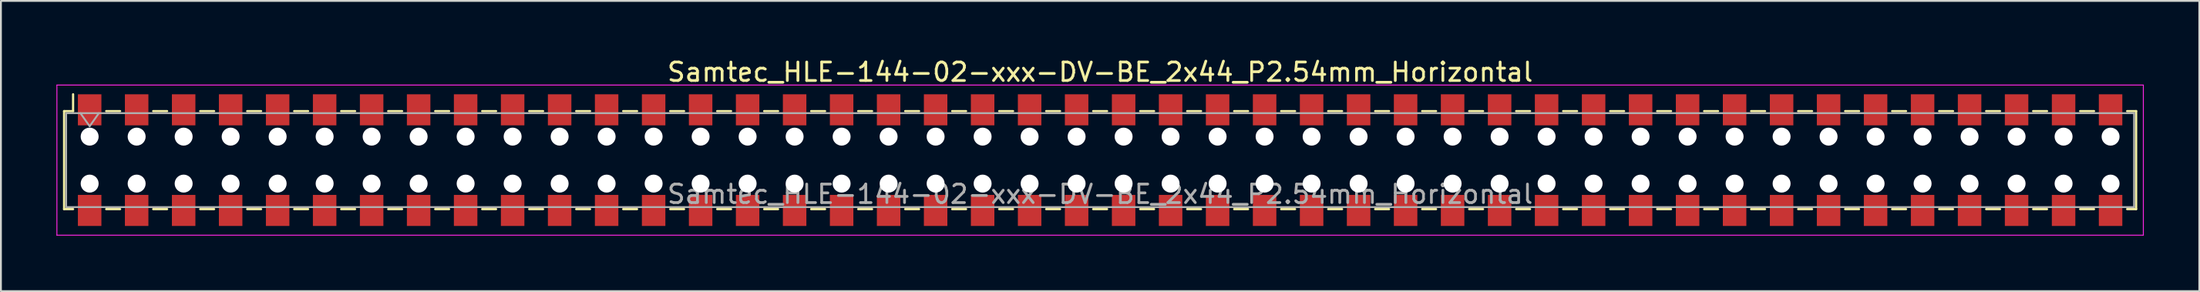
<source format=kicad_pcb>
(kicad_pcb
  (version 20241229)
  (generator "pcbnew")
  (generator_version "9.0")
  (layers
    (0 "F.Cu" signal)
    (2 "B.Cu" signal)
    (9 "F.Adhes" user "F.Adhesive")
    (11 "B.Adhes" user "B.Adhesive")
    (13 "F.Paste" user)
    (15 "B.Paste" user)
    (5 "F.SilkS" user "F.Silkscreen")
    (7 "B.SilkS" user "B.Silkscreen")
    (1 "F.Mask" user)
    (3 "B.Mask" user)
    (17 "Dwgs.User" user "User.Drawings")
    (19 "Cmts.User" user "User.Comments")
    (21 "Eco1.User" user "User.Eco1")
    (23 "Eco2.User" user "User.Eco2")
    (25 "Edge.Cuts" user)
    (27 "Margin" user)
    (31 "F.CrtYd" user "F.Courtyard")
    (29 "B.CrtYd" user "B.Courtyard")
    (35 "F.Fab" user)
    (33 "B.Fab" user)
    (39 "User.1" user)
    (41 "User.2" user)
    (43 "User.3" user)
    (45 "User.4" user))
  (footprint "Samtec_HLE-144-02-xxx-DV-BE_2x44_P2.54mm_Horizontal"
    (layer "F.Cu")
    (at 56.405 5.608)
    (property "Reference" "Samtec_HLE-144-02-xxx-DV-BE_2x44_P2.54mm_Horizontal" (at 0 -4.76 0) (layer "F.SilkS") (effects (font (size 1 1) (thickness 0.15))))
    (attr smd)
    (fp_line (start -55.99 -2.65) (end -55.99 2.65) (stroke (width 0.12) (type solid)) (layer "F.SilkS"))
    (fp_line (start -55.99 2.65) (end -55.505 2.65) (stroke (width 0.12) (type solid)) (layer "F.SilkS"))
    (fp_line (start -55.505 -3.56) (end -55.505 -2.65) (stroke (width 0.12) (type solid)) (layer "F.SilkS"))
    (fp_line (start -55.505 -2.65) (end -55.99 -2.65) (stroke (width 0.12) (type solid)) (layer "F.SilkS"))
    (fp_line (start -53.715 -2.65) (end -52.965 -2.65) (stroke (width 0.12) (type solid)) (layer "F.SilkS"))
    (fp_line (start -53.715 2.65) (end -52.965 2.65) (stroke (width 0.12) (type solid)) (layer "F.SilkS"))
    (fp_line (start -51.175 -2.65) (end -50.425 -2.65) (stroke (width 0.12) (type solid)) (layer "F.SilkS"))
    (fp_line (start -51.175 2.65) (end -50.425 2.65) (stroke (width 0.12) (type solid)) (layer "F.SilkS"))
    (fp_line (start -48.635 -2.65) (end -47.885 -2.65) (stroke (width 0.12) (type solid)) (layer "F.SilkS"))
    (fp_line (start -48.635 2.65) (end -47.885 2.65) (stroke (width 0.12) (type solid)) (layer "F.SilkS"))
    (fp_line (start -46.095 -2.65) (end -45.345 -2.65) (stroke (width 0.12) (type solid)) (layer "F.SilkS"))
    (fp_line (start -46.095 2.65) (end -45.345 2.65) (stroke (width 0.12) (type solid)) (layer "F.SilkS"))
    (fp_line (start -43.555 -2.65) (end -42.805 -2.65) (stroke (width 0.12) (type solid)) (layer "F.SilkS"))
    (fp_line (start -43.555 2.65) (end -42.805 2.65) (stroke (width 0.12) (type solid)) (layer "F.SilkS"))
    (fp_line (start -41.015 -2.65) (end -40.265 -2.65) (stroke (width 0.12) (type solid)) (layer "F.SilkS"))
    (fp_line (start -41.015 2.65) (end -40.265 2.65) (stroke (width 0.12) (type solid)) (layer "F.SilkS"))
    (fp_line (start -38.475 -2.65) (end -37.725 -2.65) (stroke (width 0.12) (type solid)) (layer "F.SilkS"))
    (fp_line (start -38.475 2.65) (end -37.725 2.65) (stroke (width 0.12) (type solid)) (layer "F.SilkS"))
    (fp_line (start -35.935 -2.65) (end -35.185 -2.65) (stroke (width 0.12) (type solid)) (layer "F.SilkS"))
    (fp_line (start -35.935 2.65) (end -35.185 2.65) (stroke (width 0.12) (type solid)) (layer "F.SilkS"))
    (fp_line (start -33.395 -2.65) (end -32.645 -2.65) (stroke (width 0.12) (type solid)) (layer "F.SilkS"))
    (fp_line (start -33.395 2.65) (end -32.645 2.65) (stroke (width 0.12) (type solid)) (layer "F.SilkS"))
    (fp_line (start -30.855 -2.65) (end -30.105 -2.65) (stroke (width 0.12) (type solid)) (layer "F.SilkS"))
    (fp_line (start -30.855 2.65) (end -30.105 2.65) (stroke (width 0.12) (type solid)) (layer "F.SilkS"))
    (fp_line (start -28.315 -2.65) (end -27.565 -2.65) (stroke (width 0.12) (type solid)) (layer "F.SilkS"))
    (fp_line (start -28.315 2.65) (end -27.565 2.65) (stroke (width 0.12) (type solid)) (layer "F.SilkS"))
    (fp_line (start -25.775 -2.65) (end -25.025 -2.65) (stroke (width 0.12) (type solid)) (layer "F.SilkS"))
    (fp_line (start -25.775 2.65) (end -25.025 2.65) (stroke (width 0.12) (type solid)) (layer "F.SilkS"))
    (fp_line (start -23.235 -2.65) (end -22.485 -2.65) (stroke (width 0.12) (type solid)) (layer "F.SilkS"))
    (fp_line (start -23.235 2.65) (end -22.485 2.65) (stroke (width 0.12) (type solid)) (layer "F.SilkS"))
    (fp_line (start -20.695 -2.65) (end -19.945 -2.65) (stroke (width 0.12) (type solid)) (layer "F.SilkS"))
    (fp_line (start -20.695 2.65) (end -19.945 2.65) (stroke (width 0.12) (type solid)) (layer "F.SilkS"))
    (fp_line (start -18.155 -2.65) (end -17.405 -2.65) (stroke (width 0.12) (type solid)) (layer "F.SilkS"))
    (fp_line (start -18.155 2.65) (end -17.405 2.65) (stroke (width 0.12) (type solid)) (layer "F.SilkS"))
    (fp_line (start -15.615 -2.65) (end -14.865 -2.65) (stroke (width 0.12) (type solid)) (layer "F.SilkS"))
    (fp_line (start -15.615 2.65) (end -14.865 2.65) (stroke (width 0.12) (type solid)) (layer "F.SilkS"))
    (fp_line (start -13.075 -2.65) (end -12.325 -2.65) (stroke (width 0.12) (type solid)) (layer "F.SilkS"))
    (fp_line (start -13.075 2.65) (end -12.325 2.65) (stroke (width 0.12) (type solid)) (layer "F.SilkS"))
    (fp_line (start -10.535 -2.65) (end -9.785 -2.65) (stroke (width 0.12) (type solid)) (layer "F.SilkS"))
    (fp_line (start -10.535 2.65) (end -9.785 2.65) (stroke (width 0.12) (type solid)) (layer "F.SilkS"))
    (fp_line (start -7.995 -2.65) (end -7.245 -2.65) (stroke (width 0.12) (type solid)) (layer "F.SilkS"))
    (fp_line (start -7.995 2.65) (end -7.245 2.65) (stroke (width 0.12) (type solid)) (layer "F.SilkS"))
    (fp_line (start -5.455 -2.65) (end -4.705 -2.65) (stroke (width 0.12) (type solid)) (layer "F.SilkS"))
    (fp_line (start -5.455 2.65) (end -4.705 2.65) (stroke (width 0.12) (type solid)) (layer "F.SilkS"))
    (fp_line (start -2.915 -2.65) (end -2.165 -2.65) (stroke (width 0.12) (type solid)) (layer "F.SilkS"))
    (fp_line (start -2.915 2.65) (end -2.165 2.65) (stroke (width 0.12) (type solid)) (layer "F.SilkS"))
    (fp_line (start -0.375 -2.65) (end 0.375 -2.65) (stroke (width 0.12) (type solid)) (layer "F.SilkS"))
    (fp_line (start -0.375 2.65) (end 0.375 2.65) (stroke (width 0.12) (type solid)) (layer "F.SilkS"))
    (fp_line (start 2.165 -2.65) (end 2.915 -2.65) (stroke (width 0.12) (type solid)) (layer "F.SilkS"))
    (fp_line (start 2.165 2.65) (end 2.915 2.65) (stroke (width 0.12) (type solid)) (layer "F.SilkS"))
    (fp_line (start 4.705 -2.65) (end 5.455 -2.65) (stroke (width 0.12) (type solid)) (layer "F.SilkS"))
    (fp_line (start 4.705 2.65) (end 5.455 2.65) (stroke (width 0.12) (type solid)) (layer "F.SilkS"))
    (fp_line (start 7.245 -2.65) (end 7.995 -2.65) (stroke (width 0.12) (type solid)) (layer "F.SilkS"))
    (fp_line (start 7.245 2.65) (end 7.995 2.65) (stroke (width 0.12) (type solid)) (layer "F.SilkS"))
    (fp_line (start 9.785 -2.65) (end 10.535 -2.65) (stroke (width 0.12) (type solid)) (layer "F.SilkS"))
    (fp_line (start 9.785 2.65) (end 10.535 2.65) (stroke (width 0.12) (type solid)) (layer "F.SilkS"))
    (fp_line (start 12.325 -2.65) (end 13.075 -2.65) (stroke (width 0.12) (type solid)) (layer "F.SilkS"))
    (fp_line (start 12.325 2.65) (end 13.075 2.65) (stroke (width 0.12) (type solid)) (layer "F.SilkS"))
    (fp_line (start 14.865 -2.65) (end 15.615 -2.65) (stroke (width 0.12) (type solid)) (layer "F.SilkS"))
    (fp_line (start 14.865 2.65) (end 15.615 2.65) (stroke (width 0.12) (type solid)) (layer "F.SilkS"))
    (fp_line (start 17.405 -2.65) (end 18.155 -2.65) (stroke (width 0.12) (type solid)) (layer "F.SilkS"))
    (fp_line (start 17.405 2.65) (end 18.155 2.65) (stroke (width 0.12) (type solid)) (layer "F.SilkS"))
    (fp_line (start 19.945 -2.65) (end 20.695 -2.65) (stroke (width 0.12) (type solid)) (layer "F.SilkS"))
    (fp_line (start 19.945 2.65) (end 20.695 2.65) (stroke (width 0.12) (type solid)) (layer "F.SilkS"))
    (fp_line (start 22.485 -2.65) (end 23.235 -2.65) (stroke (width 0.12) (type solid)) (layer "F.SilkS"))
    (fp_line (start 22.485 2.65) (end 23.235 2.65) (stroke (width 0.12) (type solid)) (layer "F.SilkS"))
    (fp_line (start 25.025 -2.65) (end 25.775 -2.65) (stroke (width 0.12) (type solid)) (layer "F.SilkS"))
    (fp_line (start 25.025 2.65) (end 25.775 2.65) (stroke (width 0.12) (type solid)) (layer "F.SilkS"))
    (fp_line (start 27.565 -2.65) (end 28.315 -2.65) (stroke (width 0.12) (type solid)) (layer "F.SilkS"))
    (fp_line (start 27.565 2.65) (end 28.315 2.65) (stroke (width 0.12) (type solid)) (layer "F.SilkS"))
    (fp_line (start 30.105 -2.65) (end 30.855 -2.65) (stroke (width 0.12) (type solid)) (layer "F.SilkS"))
    (fp_line (start 30.105 2.65) (end 30.855 2.65) (stroke (width 0.12) (type solid)) (layer "F.SilkS"))
    (fp_line (start 32.645 -2.65) (end 33.395 -2.65) (stroke (width 0.12) (type solid)) (layer "F.SilkS"))
    (fp_line (start 32.645 2.65) (end 33.395 2.65) (stroke (width 0.12) (type solid)) (layer "F.SilkS"))
    (fp_line (start 35.185 -2.65) (end 35.935 -2.65) (stroke (width 0.12) (type solid)) (layer "F.SilkS"))
    (fp_line (start 35.185 2.65) (end 35.935 2.65) (stroke (width 0.12) (type solid)) (layer "F.SilkS"))
    (fp_line (start 37.725 -2.65) (end 38.475 -2.65) (stroke (width 0.12) (type solid)) (layer "F.SilkS"))
    (fp_line (start 37.725 2.65) (end 38.475 2.65) (stroke (width 0.12) (type solid)) (layer "F.SilkS"))
    (fp_line (start 40.265 -2.65) (end 41.015 -2.65) (stroke (width 0.12) (type solid)) (layer "F.SilkS"))
    (fp_line (start 40.265 2.65) (end 41.015 2.65) (stroke (width 0.12) (type solid)) (layer "F.SilkS"))
    (fp_line (start 42.805 -2.65) (end 43.555 -2.65) (stroke (width 0.12) (type solid)) (layer "F.SilkS"))
    (fp_line (start 42.805 2.65) (end 43.555 2.65) (stroke (width 0.12) (type solid)) (layer "F.SilkS"))
    (fp_line (start 45.345 -2.65) (end 46.095 -2.65) (stroke (width 0.12) (type solid)) (layer "F.SilkS"))
    (fp_line (start 45.345 2.65) (end 46.095 2.65) (stroke (width 0.12) (type solid)) (layer "F.SilkS"))
    (fp_line (start 47.885 -2.65) (end 48.635 -2.65) (stroke (width 0.12) (type solid)) (layer "F.SilkS"))
    (fp_line (start 47.885 2.65) (end 48.635 2.65) (stroke (width 0.12) (type solid)) (layer "F.SilkS"))
    (fp_line (start 50.425 -2.65) (end 51.175 -2.65) (stroke (width 0.12) (type solid)) (layer "F.SilkS"))
    (fp_line (start 50.425 2.65) (end 51.175 2.65) (stroke (width 0.12) (type solid)) (layer "F.SilkS"))
    (fp_line (start 52.965 -2.65) (end 53.715 -2.65) (stroke (width 0.12) (type solid)) (layer "F.SilkS"))
    (fp_line (start 52.965 2.65) (end 53.715 2.65) (stroke (width 0.12) (type solid)) (layer "F.SilkS"))
    (fp_line (start 55.505 -2.65) (end 55.99 -2.65) (stroke (width 0.12) (type solid)) (layer "F.SilkS"))
    (fp_line (start 55.99 -2.65) (end 55.99 2.65) (stroke (width 0.12) (type solid)) (layer "F.SilkS"))
    (fp_line (start 55.99 2.65) (end 55.505 2.65) (stroke (width 0.12) (type solid)) (layer "F.SilkS"))
    (fp_line (start -56.38 -4.06) (end 56.38 -4.06) (stroke (width 0.05) (type solid)) (layer "F.CrtYd"))
    (fp_line (start -56.38 4.06) (end -56.38 -4.06) (stroke (width 0.05) (type solid)) (layer "F.CrtYd"))
    (fp_line (start 56.38 -4.06) (end 56.38 4.06) (stroke (width 0.05) (type solid)) (layer "F.CrtYd"))
    (fp_line (start 56.38 4.06) (end -56.38 4.06) (stroke (width 0.05) (type solid)) (layer "F.CrtYd"))
    (fp_line (start -55.88 -2.54) (end 55.88 -2.54) (stroke (width 0.1) (type solid)) (layer "F.Fab"))
    (fp_line (start -55.88 2.54) (end -55.88 -2.54) (stroke (width 0.1) (type solid)) (layer "F.Fab"))
    (fp_line (start -55.11 -2.54) (end -54.61 -1.833) (stroke (width 0.1) (type solid)) (layer "F.Fab"))
    (fp_line (start -54.61 -1.833) (end -54.11 -2.54) (stroke (width 0.1) (type solid)) (layer "F.Fab"))
    (fp_line (start 55.88 -2.54) (end 55.88 2.54) (stroke (width 0.1) (type solid)) (layer "F.Fab"))
    (fp_line (start 55.88 2.54) (end -55.88 2.54) (stroke (width 0.1) (type solid)) (layer "F.Fab"))
    (fp_text user "${REFERENCE}" (at 0 1.84 0) (layer "F.Fab") (effects (font (size 1 1) (thickness 0.15))))
    (pad "" np_thru_hole circle (at -54.61 -1.27) (size 0.97 0.97) (drill 0.97) (layers "*.Cu" "*.Mask"))
    (pad "" np_thru_hole circle (at -54.61 1.27) (size 0.97 0.97) (drill 0.97) (layers "*.Cu" "*.Mask"))
    (pad "" np_thru_hole circle (at -52.07 -1.27) (size 0.97 0.97) (drill 0.97) (layers "*.Cu" "*.Mask"))
    (pad "" np_thru_hole circle (at -52.07 1.27) (size 0.97 0.97) (drill 0.97) (layers "*.Cu" "*.Mask"))
    (pad "" np_thru_hole circle (at -49.53 -1.27) (size 0.97 0.97) (drill 0.97) (layers "*.Cu" "*.Mask"))
    (pad "" np_thru_hole circle (at -49.53 1.27) (size 0.97 0.97) (drill 0.97) (layers "*.Cu" "*.Mask"))
    (pad "" np_thru_hole circle (at -46.99 -1.27) (size 0.97 0.97) (drill 0.97) (layers "*.Cu" "*.Mask"))
    (pad "" np_thru_hole circle (at -46.99 1.27) (size 0.97 0.97) (drill 0.97) (layers "*.Cu" "*.Mask"))
    (pad "" np_thru_hole circle (at -44.45 -1.27) (size 0.97 0.97) (drill 0.97) (layers "*.Cu" "*.Mask"))
    (pad "" np_thru_hole circle (at -44.45 1.27) (size 0.97 0.97) (drill 0.97) (layers "*.Cu" "*.Mask"))
    (pad "" np_thru_hole circle (at -41.91 -1.27) (size 0.97 0.97) (drill 0.97) (layers "*.Cu" "*.Mask"))
    (pad "" np_thru_hole circle (at -41.91 1.27) (size 0.97 0.97) (drill 0.97) (layers "*.Cu" "*.Mask"))
    (pad "" np_thru_hole circle (at -39.37 -1.27) (size 0.97 0.97) (drill 0.97) (layers "*.Cu" "*.Mask"))
    (pad "" np_thru_hole circle (at -39.37 1.27) (size 0.97 0.97) (drill 0.97) (layers "*.Cu" "*.Mask"))
    (pad "" np_thru_hole circle (at -36.83 -1.27) (size 0.97 0.97) (drill 0.97) (layers "*.Cu" "*.Mask"))
    (pad "" np_thru_hole circle (at -36.83 1.27) (size 0.97 0.97) (drill 0.97) (layers "*.Cu" "*.Mask"))
    (pad "" np_thru_hole circle (at -34.29 -1.27) (size 0.97 0.97) (drill 0.97) (layers "*.Cu" "*.Mask"))
    (pad "" np_thru_hole circle (at -34.29 1.27) (size 0.97 0.97) (drill 0.97) (layers "*.Cu" "*.Mask"))
    (pad "" np_thru_hole circle (at -31.75 -1.27) (size 0.97 0.97) (drill 0.97) (layers "*.Cu" "*.Mask"))
    (pad "" np_thru_hole circle (at -31.75 1.27) (size 0.97 0.97) (drill 0.97) (layers "*.Cu" "*.Mask"))
    (pad "" np_thru_hole circle (at -29.21 -1.27) (size 0.97 0.97) (drill 0.97) (layers "*.Cu" "*.Mask"))
    (pad "" np_thru_hole circle (at -29.21 1.27) (size 0.97 0.97) (drill 0.97) (layers "*.Cu" "*.Mask"))
    (pad "" np_thru_hole circle (at -26.67 -1.27) (size 0.97 0.97) (drill 0.97) (layers "*.Cu" "*.Mask"))
    (pad "" np_thru_hole circle (at -26.67 1.27) (size 0.97 0.97) (drill 0.97) (layers "*.Cu" "*.Mask"))
    (pad "" np_thru_hole circle (at -24.13 -1.27) (size 0.97 0.97) (drill 0.97) (layers "*.Cu" "*.Mask"))
    (pad "" np_thru_hole circle (at -24.13 1.27) (size 0.97 0.97) (drill 0.97) (layers "*.Cu" "*.Mask"))
    (pad "" np_thru_hole circle (at -21.59 -1.27) (size 0.97 0.97) (drill 0.97) (layers "*.Cu" "*.Mask"))
    (pad "" np_thru_hole circle (at -21.59 1.27) (size 0.97 0.97) (drill 0.97) (layers "*.Cu" "*.Mask"))
    (pad "" np_thru_hole circle (at -19.05 -1.27) (size 0.97 0.97) (drill 0.97) (layers "*.Cu" "*.Mask"))
    (pad "" np_thru_hole circle (at -19.05 1.27) (size 0.97 0.97) (drill 0.97) (layers "*.Cu" "*.Mask"))
    (pad "" np_thru_hole circle (at -16.51 -1.27) (size 0.97 0.97) (drill 0.97) (layers "*.Cu" "*.Mask"))
    (pad "" np_thru_hole circle (at -16.51 1.27) (size 0.97 0.97) (drill 0.97) (layers "*.Cu" "*.Mask"))
    (pad "" np_thru_hole circle (at -13.97 -1.27) (size 0.97 0.97) (drill 0.97) (layers "*.Cu" "*.Mask"))
    (pad "" np_thru_hole circle (at -13.97 1.27) (size 0.97 0.97) (drill 0.97) (layers "*.Cu" "*.Mask"))
    (pad "" np_thru_hole circle (at -11.43 -1.27) (size 0.97 0.97) (drill 0.97) (layers "*.Cu" "*.Mask"))
    (pad "" np_thru_hole circle (at -11.43 1.27) (size 0.97 0.97) (drill 0.97) (layers "*.Cu" "*.Mask"))
    (pad "" np_thru_hole circle (at -8.89 -1.27) (size 0.97 0.97) (drill 0.97) (layers "*.Cu" "*.Mask"))
    (pad "" np_thru_hole circle (at -8.89 1.27) (size 0.97 0.97) (drill 0.97) (layers "*.Cu" "*.Mask"))
    (pad "" np_thru_hole circle (at -6.35 -1.27) (size 0.97 0.97) (drill 0.97) (layers "*.Cu" "*.Mask"))
    (pad "" np_thru_hole circle (at -6.35 1.27) (size 0.97 0.97) (drill 0.97) (layers "*.Cu" "*.Mask"))
    (pad "" np_thru_hole circle (at -3.81 -1.27) (size 0.97 0.97) (drill 0.97) (layers "*.Cu" "*.Mask"))
    (pad "" np_thru_hole circle (at -3.81 1.27) (size 0.97 0.97) (drill 0.97) (layers "*.Cu" "*.Mask"))
    (pad "" np_thru_hole circle (at -1.27 -1.27) (size 0.97 0.97) (drill 0.97) (layers "*.Cu" "*.Mask"))
    (pad "" np_thru_hole circle (at -1.27 1.27) (size 0.97 0.97) (drill 0.97) (layers "*.Cu" "*.Mask"))
    (pad "" np_thru_hole circle (at 1.27 -1.27) (size 0.97 0.97) (drill 0.97) (layers "*.Cu" "*.Mask"))
    (pad "" np_thru_hole circle (at 1.27 1.27) (size 0.97 0.97) (drill 0.97) (layers "*.Cu" "*.Mask"))
    (pad "" np_thru_hole circle (at 3.81 -1.27) (size 0.97 0.97) (drill 0.97) (layers "*.Cu" "*.Mask"))
    (pad "" np_thru_hole circle (at 3.81 1.27) (size 0.97 0.97) (drill 0.97) (layers "*.Cu" "*.Mask"))
    (pad "" np_thru_hole circle (at 6.35 -1.27) (size 0.97 0.97) (drill 0.97) (layers "*.Cu" "*.Mask"))
    (pad "" np_thru_hole circle (at 6.35 1.27) (size 0.97 0.97) (drill 0.97) (layers "*.Cu" "*.Mask"))
    (pad "" np_thru_hole circle (at 8.89 -1.27) (size 0.97 0.97) (drill 0.97) (layers "*.Cu" "*.Mask"))
    (pad "" np_thru_hole circle (at 8.89 1.27) (size 0.97 0.97) (drill 0.97) (layers "*.Cu" "*.Mask"))
    (pad "" np_thru_hole circle (at 11.43 -1.27) (size 0.97 0.97) (drill 0.97) (layers "*.Cu" "*.Mask"))
    (pad "" np_thru_hole circle (at 11.43 1.27) (size 0.97 0.97) (drill 0.97) (layers "*.Cu" "*.Mask"))
    (pad "" np_thru_hole circle (at 13.97 -1.27) (size 0.97 0.97) (drill 0.97) (layers "*.Cu" "*.Mask"))
    (pad "" np_thru_hole circle (at 13.97 1.27) (size 0.97 0.97) (drill 0.97) (layers "*.Cu" "*.Mask"))
    (pad "" np_thru_hole circle (at 16.51 -1.27) (size 0.97 0.97) (drill 0.97) (layers "*.Cu" "*.Mask"))
    (pad "" np_thru_hole circle (at 16.51 1.27) (size 0.97 0.97) (drill 0.97) (layers "*.Cu" "*.Mask"))
    (pad "" np_thru_hole circle (at 19.05 -1.27) (size 0.97 0.97) (drill 0.97) (layers "*.Cu" "*.Mask"))
    (pad "" np_thru_hole circle (at 19.05 1.27) (size 0.97 0.97) (drill 0.97) (layers "*.Cu" "*.Mask"))
    (pad "" np_thru_hole circle (at 21.59 -1.27) (size 0.97 0.97) (drill 0.97) (layers "*.Cu" "*.Mask"))
    (pad "" np_thru_hole circle (at 21.59 1.27) (size 0.97 0.97) (drill 0.97) (layers "*.Cu" "*.Mask"))
    (pad "" np_thru_hole circle (at 24.13 -1.27) (size 0.97 0.97) (drill 0.97) (layers "*.Cu" "*.Mask"))
    (pad "" np_thru_hole circle (at 24.13 1.27) (size 0.97 0.97) (drill 0.97) (layers "*.Cu" "*.Mask"))
    (pad "" np_thru_hole circle (at 26.67 -1.27) (size 0.97 0.97) (drill 0.97) (layers "*.Cu" "*.Mask"))
    (pad "" np_thru_hole circle (at 26.67 1.27) (size 0.97 0.97) (drill 0.97) (layers "*.Cu" "*.Mask"))
    (pad "" np_thru_hole circle (at 29.21 -1.27) (size 0.97 0.97) (drill 0.97) (layers "*.Cu" "*.Mask"))
    (pad "" np_thru_hole circle (at 29.21 1.27) (size 0.97 0.97) (drill 0.97) (layers "*.Cu" "*.Mask"))
    (pad "" np_thru_hole circle (at 31.75 -1.27) (size 0.97 0.97) (drill 0.97) (layers "*.Cu" "*.Mask"))
    (pad "" np_thru_hole circle (at 31.75 1.27) (size 0.97 0.97) (drill 0.97) (layers "*.Cu" "*.Mask"))
    (pad "" np_thru_hole circle (at 34.29 -1.27) (size 0.97 0.97) (drill 0.97) (layers "*.Cu" "*.Mask"))
    (pad "" np_thru_hole circle (at 34.29 1.27) (size 0.97 0.97) (drill 0.97) (layers "*.Cu" "*.Mask"))
    (pad "" np_thru_hole circle (at 36.83 -1.27) (size 0.97 0.97) (drill 0.97) (layers "*.Cu" "*.Mask"))
    (pad "" np_thru_hole circle (at 36.83 1.27) (size 0.97 0.97) (drill 0.97) (layers "*.Cu" "*.Mask"))
    (pad "" np_thru_hole circle (at 39.37 -1.27) (size 0.97 0.97) (drill 0.97) (layers "*.Cu" "*.Mask"))
    (pad "" np_thru_hole circle (at 39.37 1.27) (size 0.97 0.97) (drill 0.97) (layers "*.Cu" "*.Mask"))
    (pad "" np_thru_hole circle (at 41.91 -1.27) (size 0.97 0.97) (drill 0.97) (layers "*.Cu" "*.Mask"))
    (pad "" np_thru_hole circle (at 41.91 1.27) (size 0.97 0.97) (drill 0.97) (layers "*.Cu" "*.Mask"))
    (pad "" np_thru_hole circle (at 44.45 -1.27) (size 0.97 0.97) (drill 0.97) (layers "*.Cu" "*.Mask"))
    (pad "" np_thru_hole circle (at 44.45 1.27) (size 0.97 0.97) (drill 0.97) (layers "*.Cu" "*.Mask"))
    (pad "" np_thru_hole circle (at 46.99 -1.27) (size 0.97 0.97) (drill 0.97) (layers "*.Cu" "*.Mask"))
    (pad "" np_thru_hole circle (at 46.99 1.27) (size 0.97 0.97) (drill 0.97) (layers "*.Cu" "*.Mask"))
    (pad "" np_thru_hole circle (at 49.53 -1.27) (size 0.97 0.97) (drill 0.97) (layers "*.Cu" "*.Mask"))
    (pad "" np_thru_hole circle (at 49.53 1.27) (size 0.97 0.97) (drill 0.97) (layers "*.Cu" "*.Mask"))
    (pad "" np_thru_hole circle (at 52.07 -1.27) (size 0.97 0.97) (drill 0.97) (layers "*.Cu" "*.Mask"))
    (pad "" np_thru_hole circle (at 52.07 1.27) (size 0.97 0.97) (drill 0.97) (layers "*.Cu" "*.Mask"))
    (pad "" np_thru_hole circle (at 54.61 -1.27) (size 0.97 0.97) (drill 0.97) (layers "*.Cu" "*.Mask"))
    (pad "" np_thru_hole circle (at 54.61 1.27) (size 0.97 0.97) (drill 0.97) (layers "*.Cu" "*.Mask"))
    (pad "1" smd rect (at -54.61 -2.72) (size 1.27 1.68) (layers "F.Cu" "F.Mask" "F.Paste"))
    (pad "2" smd rect (at -54.61 2.72) (size 1.27 1.68) (layers "F.Cu" "F.Mask" "F.Paste"))
    (pad "3" smd rect (at -52.07 -2.72) (size 1.27 1.68) (layers "F.Cu" "F.Mask" "F.Paste"))
    (pad "4" smd rect (at -52.07 2.72) (size 1.27 1.68) (layers "F.Cu" "F.Mask" "F.Paste"))
    (pad "5" smd rect (at -49.53 -2.72) (size 1.27 1.68) (layers "F.Cu" "F.Mask" "F.Paste"))
    (pad "6" smd rect (at -49.53 2.72) (size 1.27 1.68) (layers "F.Cu" "F.Mask" "F.Paste"))
    (pad "7" smd rect (at -46.99 -2.72) (size 1.27 1.68) (layers "F.Cu" "F.Mask" "F.Paste"))
    (pad "8" smd rect (at -46.99 2.72) (size 1.27 1.68) (layers "F.Cu" "F.Mask" "F.Paste"))
    (pad "9" smd rect (at -44.45 -2.72) (size 1.27 1.68) (layers "F.Cu" "F.Mask" "F.Paste"))
    (pad "10" smd rect (at -44.45 2.72) (size 1.27 1.68) (layers "F.Cu" "F.Mask" "F.Paste"))
    (pad "11" smd rect (at -41.91 -2.72) (size 1.27 1.68) (layers "F.Cu" "F.Mask" "F.Paste"))
    (pad "12" smd rect (at -41.91 2.72) (size 1.27 1.68) (layers "F.Cu" "F.Mask" "F.Paste"))
    (pad "13" smd rect (at -39.37 -2.72) (size 1.27 1.68) (layers "F.Cu" "F.Mask" "F.Paste"))
    (pad "14" smd rect (at -39.37 2.72) (size 1.27 1.68) (layers "F.Cu" "F.Mask" "F.Paste"))
    (pad "15" smd rect (at -36.83 -2.72) (size 1.27 1.68) (layers "F.Cu" "F.Mask" "F.Paste"))
    (pad "16" smd rect (at -36.83 2.72) (size 1.27 1.68) (layers "F.Cu" "F.Mask" "F.Paste"))
    (pad "17" smd rect (at -34.29 -2.72) (size 1.27 1.68) (layers "F.Cu" "F.Mask" "F.Paste"))
    (pad "18" smd rect (at -34.29 2.72) (size 1.27 1.68) (layers "F.Cu" "F.Mask" "F.Paste"))
    (pad "19" smd rect (at -31.75 -2.72) (size 1.27 1.68) (layers "F.Cu" "F.Mask" "F.Paste"))
    (pad "20" smd rect (at -31.75 2.72) (size 1.27 1.68) (layers "F.Cu" "F.Mask" "F.Paste"))
    (pad "21" smd rect (at -29.21 -2.72) (size 1.27 1.68) (layers "F.Cu" "F.Mask" "F.Paste"))
    (pad "22" smd rect (at -29.21 2.72) (size 1.27 1.68) (layers "F.Cu" "F.Mask" "F.Paste"))
    (pad "23" smd rect (at -26.67 -2.72) (size 1.27 1.68) (layers "F.Cu" "F.Mask" "F.Paste"))
    (pad "24" smd rect (at -26.67 2.72) (size 1.27 1.68) (layers "F.Cu" "F.Mask" "F.Paste"))
    (pad "25" smd rect (at -24.13 -2.72) (size 1.27 1.68) (layers "F.Cu" "F.Mask" "F.Paste"))
    (pad "26" smd rect (at -24.13 2.72) (size 1.27 1.68) (layers "F.Cu" "F.Mask" "F.Paste"))
    (pad "27" smd rect (at -21.59 -2.72) (size 1.27 1.68) (layers "F.Cu" "F.Mask" "F.Paste"))
    (pad "28" smd rect (at -21.59 2.72) (size 1.27 1.68) (layers "F.Cu" "F.Mask" "F.Paste"))
    (pad "29" smd rect (at -19.05 -2.72) (size 1.27 1.68) (layers "F.Cu" "F.Mask" "F.Paste"))
    (pad "30" smd rect (at -19.05 2.72) (size 1.27 1.68) (layers "F.Cu" "F.Mask" "F.Paste"))
    (pad "31" smd rect (at -16.51 -2.72) (size 1.27 1.68) (layers "F.Cu" "F.Mask" "F.Paste"))
    (pad "32" smd rect (at -16.51 2.72) (size 1.27 1.68) (layers "F.Cu" "F.Mask" "F.Paste"))
    (pad "33" smd rect (at -13.97 -2.72) (size 1.27 1.68) (layers "F.Cu" "F.Mask" "F.Paste"))
    (pad "34" smd rect (at -13.97 2.72) (size 1.27 1.68) (layers "F.Cu" "F.Mask" "F.Paste"))
    (pad "35" smd rect (at -11.43 -2.72) (size 1.27 1.68) (layers "F.Cu" "F.Mask" "F.Paste"))
    (pad "36" smd rect (at -11.43 2.72) (size 1.27 1.68) (layers "F.Cu" "F.Mask" "F.Paste"))
    (pad "37" smd rect (at -8.89 -2.72) (size 1.27 1.68) (layers "F.Cu" "F.Mask" "F.Paste"))
    (pad "38" smd rect (at -8.89 2.72) (size 1.27 1.68) (layers "F.Cu" "F.Mask" "F.Paste"))
    (pad "39" smd rect (at -6.35 -2.72) (size 1.27 1.68) (layers "F.Cu" "F.Mask" "F.Paste"))
    (pad "40" smd rect (at -6.35 2.72) (size 1.27 1.68) (layers "F.Cu" "F.Mask" "F.Paste"))
    (pad "41" smd rect (at -3.81 -2.72) (size 1.27 1.68) (layers "F.Cu" "F.Mask" "F.Paste"))
    (pad "42" smd rect (at -3.81 2.72) (size 1.27 1.68) (layers "F.Cu" "F.Mask" "F.Paste"))
    (pad "43" smd rect (at -1.27 -2.72) (size 1.27 1.68) (layers "F.Cu" "F.Mask" "F.Paste"))
    (pad "44" smd rect (at -1.27 2.72) (size 1.27 1.68) (layers "F.Cu" "F.Mask" "F.Paste"))
    (pad "45" smd rect (at 1.27 -2.72) (size 1.27 1.68) (layers "F.Cu" "F.Mask" "F.Paste"))
    (pad "46" smd rect (at 1.27 2.72) (size 1.27 1.68) (layers "F.Cu" "F.Mask" "F.Paste"))
    (pad "47" smd rect (at 3.81 -2.72) (size 1.27 1.68) (layers "F.Cu" "F.Mask" "F.Paste"))
    (pad "48" smd rect (at 3.81 2.72) (size 1.27 1.68) (layers "F.Cu" "F.Mask" "F.Paste"))
    (pad "49" smd rect (at 6.35 -2.72) (size 1.27 1.68) (layers "F.Cu" "F.Mask" "F.Paste"))
    (pad "50" smd rect (at 6.35 2.72) (size 1.27 1.68) (layers "F.Cu" "F.Mask" "F.Paste"))
    (pad "51" smd rect (at 8.89 -2.72) (size 1.27 1.68) (layers "F.Cu" "F.Mask" "F.Paste"))
    (pad "52" smd rect (at 8.89 2.72) (size 1.27 1.68) (layers "F.Cu" "F.Mask" "F.Paste"))
    (pad "53" smd rect (at 11.43 -2.72) (size 1.27 1.68) (layers "F.Cu" "F.Mask" "F.Paste"))
    (pad "54" smd rect (at 11.43 2.72) (size 1.27 1.68) (layers "F.Cu" "F.Mask" "F.Paste"))
    (pad "55" smd rect (at 13.97 -2.72) (size 1.27 1.68) (layers "F.Cu" "F.Mask" "F.Paste"))
    (pad "56" smd rect (at 13.97 2.72) (size 1.27 1.68) (layers "F.Cu" "F.Mask" "F.Paste"))
    (pad "57" smd rect (at 16.51 -2.72) (size 1.27 1.68) (layers "F.Cu" "F.Mask" "F.Paste"))
    (pad "58" smd rect (at 16.51 2.72) (size 1.27 1.68) (layers "F.Cu" "F.Mask" "F.Paste"))
    (pad "59" smd rect (at 19.05 -2.72) (size 1.27 1.68) (layers "F.Cu" "F.Mask" "F.Paste"))
    (pad "60" smd rect (at 19.05 2.72) (size 1.27 1.68) (layers "F.Cu" "F.Mask" "F.Paste"))
    (pad "61" smd rect (at 21.59 -2.72) (size 1.27 1.68) (layers "F.Cu" "F.Mask" "F.Paste"))
    (pad "62" smd rect (at 21.59 2.72) (size 1.27 1.68) (layers "F.Cu" "F.Mask" "F.Paste"))
    (pad "63" smd rect (at 24.13 -2.72) (size 1.27 1.68) (layers "F.Cu" "F.Mask" "F.Paste"))
    (pad "64" smd rect (at 24.13 2.72) (size 1.27 1.68) (layers "F.Cu" "F.Mask" "F.Paste"))
    (pad "65" smd rect (at 26.67 -2.72) (size 1.27 1.68) (layers "F.Cu" "F.Mask" "F.Paste"))
    (pad "66" smd rect (at 26.67 2.72) (size 1.27 1.68) (layers "F.Cu" "F.Mask" "F.Paste"))
    (pad "67" smd rect (at 29.21 -2.72) (size 1.27 1.68) (layers "F.Cu" "F.Mask" "F.Paste"))
    (pad "68" smd rect (at 29.21 2.72) (size 1.27 1.68) (layers "F.Cu" "F.Mask" "F.Paste"))
    (pad "69" smd rect (at 31.75 -2.72) (size 1.27 1.68) (layers "F.Cu" "F.Mask" "F.Paste"))
    (pad "70" smd rect (at 31.75 2.72) (size 1.27 1.68) (layers "F.Cu" "F.Mask" "F.Paste"))
    (pad "71" smd rect (at 34.29 -2.72) (size 1.27 1.68) (layers "F.Cu" "F.Mask" "F.Paste"))
    (pad "72" smd rect (at 34.29 2.72) (size 1.27 1.68) (layers "F.Cu" "F.Mask" "F.Paste"))
    (pad "73" smd rect (at 36.83 -2.72) (size 1.27 1.68) (layers "F.Cu" "F.Mask" "F.Paste"))
    (pad "74" smd rect (at 36.83 2.72) (size 1.27 1.68) (layers "F.Cu" "F.Mask" "F.Paste"))
    (pad "75" smd rect (at 39.37 -2.72) (size 1.27 1.68) (layers "F.Cu" "F.Mask" "F.Paste"))
    (pad "76" smd rect (at 39.37 2.72) (size 1.27 1.68) (layers "F.Cu" "F.Mask" "F.Paste"))
    (pad "77" smd rect (at 41.91 -2.72) (size 1.27 1.68) (layers "F.Cu" "F.Mask" "F.Paste"))
    (pad "78" smd rect (at 41.91 2.72) (size 1.27 1.68) (layers "F.Cu" "F.Mask" "F.Paste"))
    (pad "79" smd rect (at 44.45 -2.72) (size 1.27 1.68) (layers "F.Cu" "F.Mask" "F.Paste"))
    (pad "80" smd rect (at 44.45 2.72) (size 1.27 1.68) (layers "F.Cu" "F.Mask" "F.Paste"))
    (pad "81" smd rect (at 46.99 -2.72) (size 1.27 1.68) (layers "F.Cu" "F.Mask" "F.Paste"))
    (pad "82" smd rect (at 46.99 2.72) (size 1.27 1.68) (layers "F.Cu" "F.Mask" "F.Paste"))
    (pad "83" smd rect (at 49.53 -2.72) (size 1.27 1.68) (layers "F.Cu" "F.Mask" "F.Paste"))
    (pad "84" smd rect (at 49.53 2.72) (size 1.27 1.68) (layers "F.Cu" "F.Mask" "F.Paste"))
    (pad "85" smd rect (at 52.07 -2.72) (size 1.27 1.68) (layers "F.Cu" "F.Mask" "F.Paste"))
    (pad "86" smd rect (at 52.07 2.72) (size 1.27 1.68) (layers "F.Cu" "F.Mask" "F.Paste"))
    (pad "87" smd rect (at 54.61 -2.72) (size 1.27 1.68) (layers "F.Cu" "F.Mask" "F.Paste"))
    (pad "88" smd rect (at 54.61 2.72) (size 1.27 1.68) (layers "F.Cu" "F.Mask" "F.Paste")))
  (gr_rect
    (start -3 -3)
    (end 115.81 12.693)
    (stroke (width 0.1) (type default))
    (fill no)
    (layer "Edge.Cuts")))
</source>
